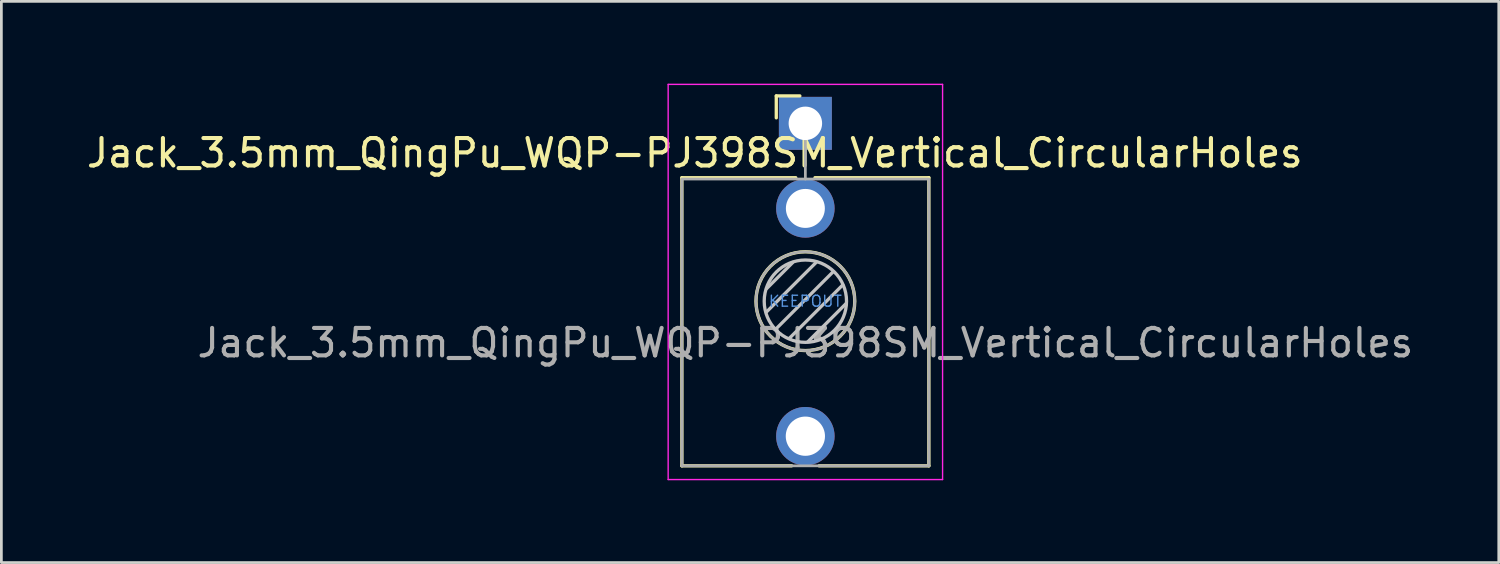
<source format=kicad_pcb>
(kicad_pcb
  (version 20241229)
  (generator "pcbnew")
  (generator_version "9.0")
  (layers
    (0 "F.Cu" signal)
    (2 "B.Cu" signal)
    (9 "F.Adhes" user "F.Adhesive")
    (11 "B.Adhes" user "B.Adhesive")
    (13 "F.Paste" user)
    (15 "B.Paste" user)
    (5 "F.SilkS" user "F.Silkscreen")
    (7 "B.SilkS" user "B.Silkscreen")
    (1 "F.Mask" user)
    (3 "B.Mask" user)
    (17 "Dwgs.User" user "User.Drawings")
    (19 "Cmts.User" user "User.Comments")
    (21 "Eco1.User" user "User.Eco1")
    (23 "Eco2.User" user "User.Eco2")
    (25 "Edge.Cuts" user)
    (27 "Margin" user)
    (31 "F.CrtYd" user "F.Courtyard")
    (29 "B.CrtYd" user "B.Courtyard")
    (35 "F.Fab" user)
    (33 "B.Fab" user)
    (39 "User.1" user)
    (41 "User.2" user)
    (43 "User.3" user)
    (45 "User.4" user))
  (footprint "Jack_3.5mm_QingPu_WQP-PJ398SM_Vertical_CircularHoles"
    (layer "F.Cu")
    (at 26.298 1.445)
    (property "Reference" "Jack_3.5mm_QingPu_WQP-PJ398SM_Vertical_CircularHoles" (at -4.03 1.08 180) (layer "F.SilkS") (effects (font (size 1 1) (thickness 0.15))))
    (attr through_hole)
    (fp_line (start -4.5 1.98) (end -4.5 12.48) (stroke (width 0.12) (type solid)) (layer "F.SilkS"))
    (fp_line (start -1.06 -1) (end -1.06 -0.2) (stroke (width 0.12) (type solid)) (layer "F.SilkS"))
    (fp_line (start -1.06 -1) (end -0.2 -1) (stroke (width 0.12) (type solid)) (layer "F.SilkS"))
    (fp_line (start -0.5 12.48) (end -4.5 12.48) (stroke (width 0.12) (type solid)) (layer "F.SilkS"))
    (fp_line (start -0.35 1.98) (end -4.5 1.98) (stroke (width 0.12) (type solid)) (layer "F.SilkS"))
    (fp_line (start 4.5 1.98) (end 0.35 1.98) (stroke (width 0.12) (type solid)) (layer "F.SilkS"))
    (fp_line (start 4.5 1.98) (end 4.5 12.48) (stroke (width 0.12) (type solid)) (layer "F.SilkS"))
    (fp_line (start 4.5 12.48) (end 0.5 12.48) (stroke (width 0.12) (type solid)) (layer "F.SilkS"))
    (fp_circle (center 0 6.48) (end 1.8 6.48) (stroke (width 0.12) (type solid)) (fill no) (layer "F.SilkS"))
    (fp_line (start -1.42 6.875) (end 0.4 5.06) (stroke (width 0.12) (type solid)) (layer "Dwgs.User"))
    (fp_line (start -1.41 6.02) (end -0.46 5.07) (stroke (width 0.12) (type solid)) (layer "Dwgs.User"))
    (fp_line (start -1.07 7.49) (end 1.01 5.41) (stroke (width 0.12) (type solid)) (layer "Dwgs.User"))
    (fp_line (start -0.58 7.83) (end 1.36 5.89) (stroke (width 0.12) (type solid)) (layer "Dwgs.User"))
    (fp_line (start 0.09 7.96) (end 1.48 6.57) (stroke (width 0.12) (type solid)) (layer "Dwgs.User"))
    (fp_circle (center 0 6.48) (end 1.5 6.48) (stroke (width 0.12) (type solid)) (fill no) (layer "Dwgs.User"))
    (fp_line (start -5 12.98) (end -5 -1.42) (stroke (width 0.05) (type solid)) (layer "F.CrtYd"))
    (fp_line (start 5 -1.42) (end -5 -1.42) (stroke (width 0.05) (type solid)) (layer "F.CrtYd"))
    (fp_line (start 5 12.98) (end -5 12.98) (stroke (width 0.05) (type solid)) (layer "F.CrtYd"))
    (fp_line (start 5 12.98) (end 5 -1.42) (stroke (width 0.05) (type solid)) (layer "F.CrtYd"))
    (fp_line (start -4.5 12.48) (end -4.5 2.08) (stroke (width 0.1) (type solid)) (layer "F.Fab"))
    (fp_line (start 0 0) (end 0 2.03) (stroke (width 0.1) (type solid)) (layer "F.Fab"))
    (fp_line (start 4.5 2.03) (end -4.5 2.03) (stroke (width 0.1) (type solid)) (layer "F.Fab"))
    (fp_line (start 4.5 12.48) (end -4.5 12.48) (stroke (width 0.1) (type solid)) (layer "F.Fab"))
    (fp_line (start 4.5 12.48) (end 4.5 2.08) (stroke (width 0.1) (type solid)) (layer "F.Fab"))
    (fp_circle (center 0 6.48) (end 1.8 6.48) (stroke (width 0.1) (type solid)) (fill no) (layer "F.Fab"))
    (fp_text user "KEEPOUT" (at 0 6.48 0) (layer "Cmts.User") (effects (font (size 0.4 0.4) (thickness 0.051))))
    (fp_text user "${REFERENCE}" (at 0 8 180) (layer "F.Fab") (effects (font (size 1 1) (thickness 0.15))))
    (pad "S" thru_hole rect (at 0 0 180) (size 1.93 1.93) (drill 1.22) (layers "*.Cu" "*.Mask"))
    (pad "T" thru_hole circle (at 0 3.1 180) (size 2.13 2.13) (drill 1.42) (layers "*.Cu" "*.Mask"))
    (pad "TN" thru_hole circle (at 0 11.4 180) (size 2.13 2.13) (drill 1.43) (layers "*.Cu" "*.Mask")))
  (gr_rect
    (start -3 -3)
    (end 51.566 17.45)
    (stroke (width 0.1) (type default))
    (fill no)
    (layer "Edge.Cuts")))
</source>
